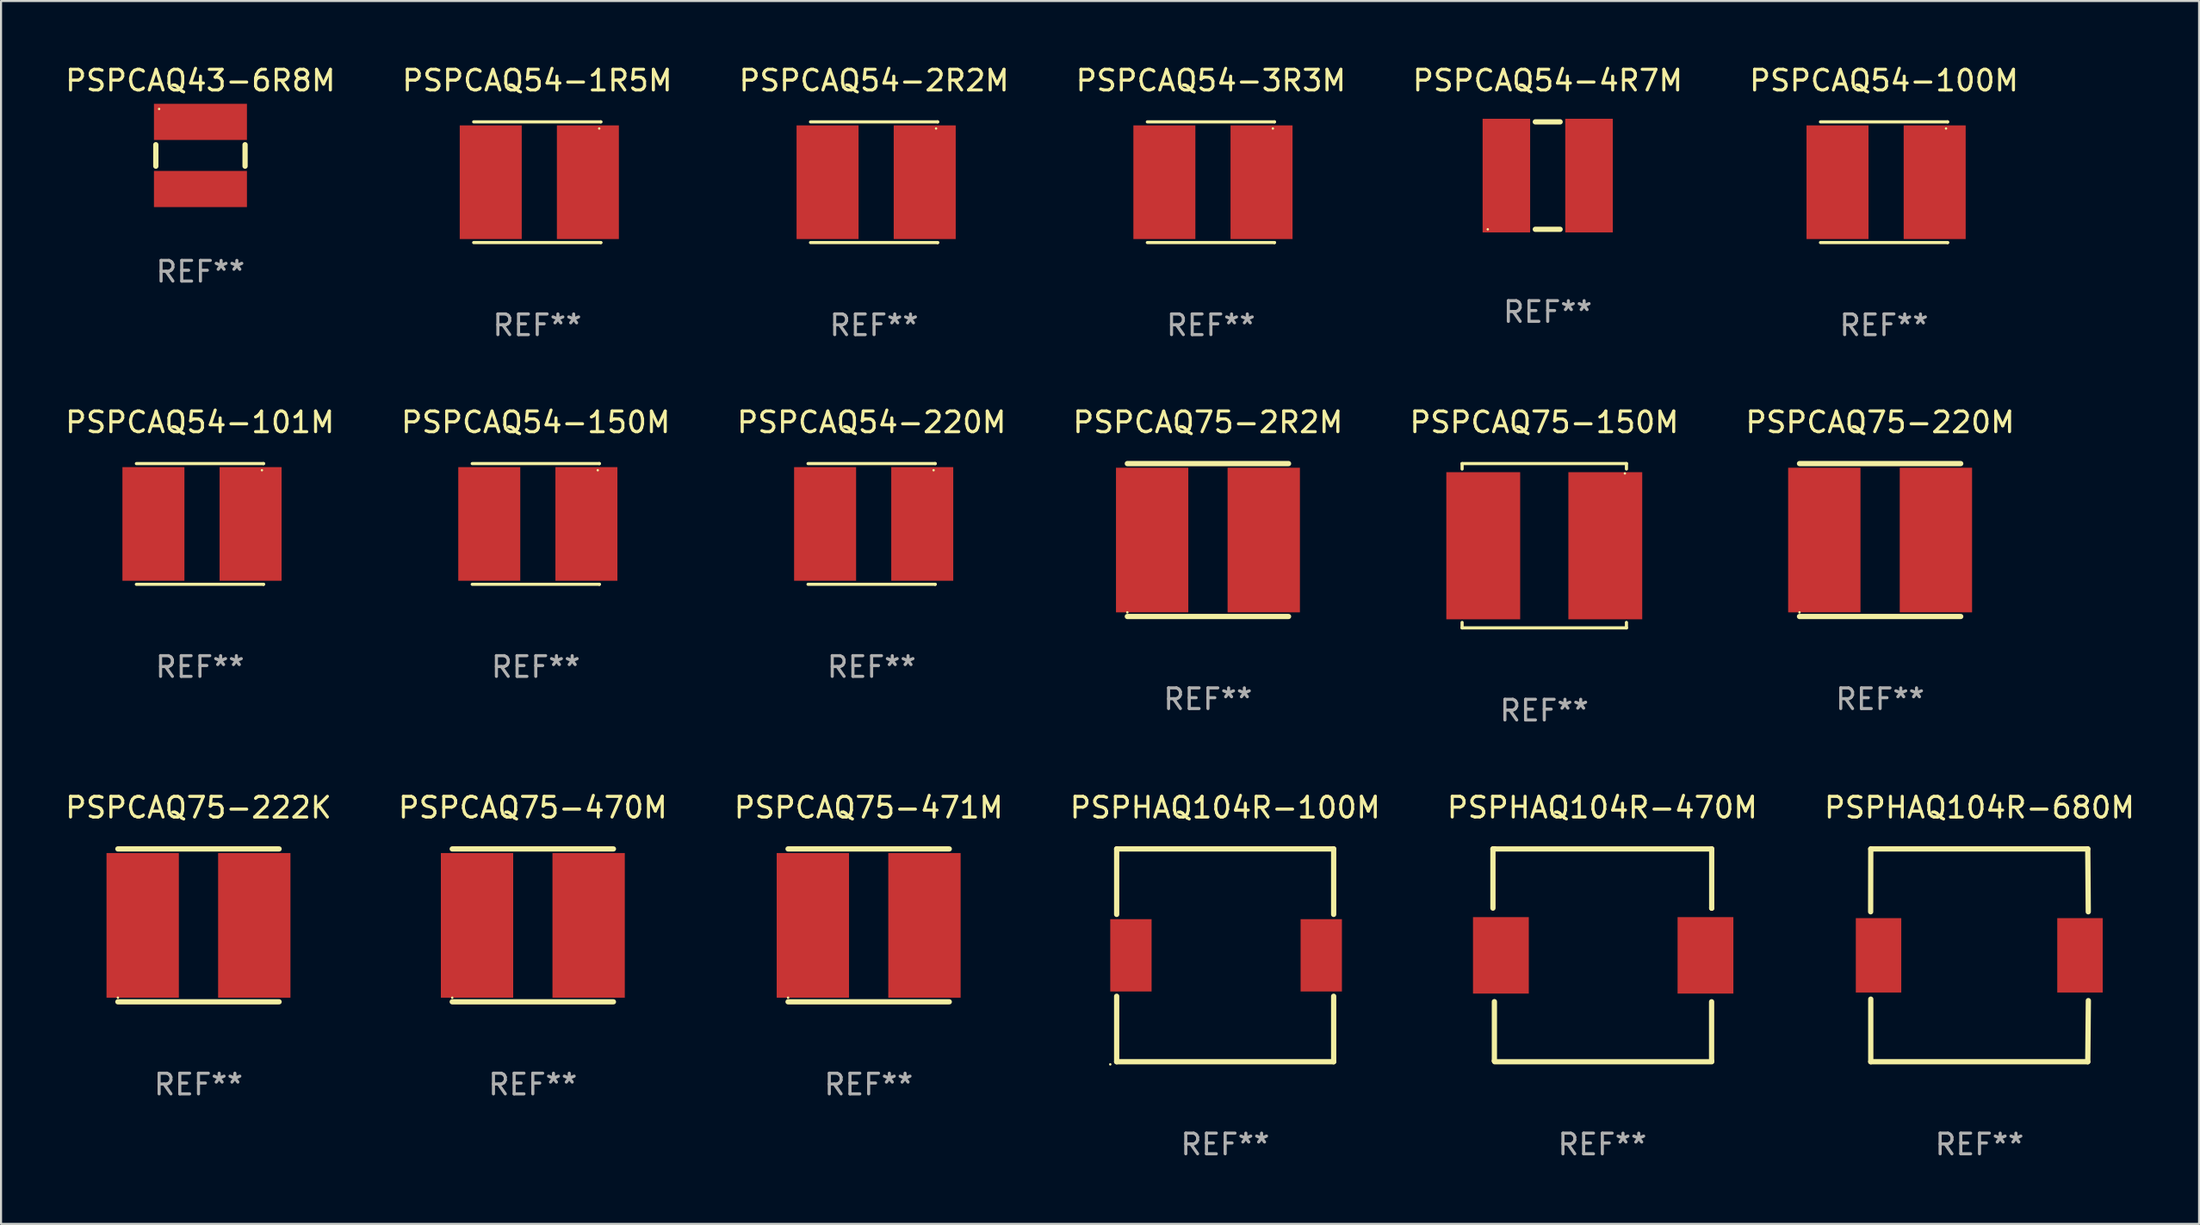
<source format=kicad_pcb>
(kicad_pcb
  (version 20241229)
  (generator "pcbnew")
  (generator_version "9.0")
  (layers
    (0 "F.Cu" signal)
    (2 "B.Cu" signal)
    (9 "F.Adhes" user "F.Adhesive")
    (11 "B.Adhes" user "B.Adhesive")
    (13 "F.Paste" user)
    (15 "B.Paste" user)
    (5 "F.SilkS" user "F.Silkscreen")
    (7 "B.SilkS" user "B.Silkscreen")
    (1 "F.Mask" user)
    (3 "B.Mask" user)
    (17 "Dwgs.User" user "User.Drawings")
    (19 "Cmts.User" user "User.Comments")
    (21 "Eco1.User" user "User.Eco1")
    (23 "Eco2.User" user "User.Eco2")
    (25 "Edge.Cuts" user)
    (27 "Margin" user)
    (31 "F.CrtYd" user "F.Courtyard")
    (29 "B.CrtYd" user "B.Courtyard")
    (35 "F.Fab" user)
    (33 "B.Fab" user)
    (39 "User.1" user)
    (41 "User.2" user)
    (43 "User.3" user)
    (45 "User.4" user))
  (footprint "PSPCAQ54-100M"
    (layer "F.Cu")
    (at 88.113 5.769)
    (property "Reference" "PSPCAQ54-100M" (at 0 -4.921 0) (layer "F.SilkS") (effects (font (size 1 1) (thickness 0.15))))
    (attr through_hole)
    (fp_line (start -3.076 2.921) (end 3.076 2.921) (stroke (width 0.152) (type solid)) (layer "F.SilkS"))
    (fp_line (start -3.076 -2.921) (end 3.076 -2.921) (stroke (width 0.152) (type solid)) (layer "F.SilkS"))
    (fp_line (start 3.076 2.921) (end 3.076 2.921) (stroke (width 0.152) (type solid)) (layer "F.SilkS"))
    (fp_line (start 3.076 -2.921) (end 3.076 -2.921) (stroke (width 0.152) (type solid)) (layer "F.SilkS"))
    (fp_circle (center 2.999 -2.6) (end 3.029 -2.6) (stroke (width 0.06) (type solid)) (fill no) (layer "F.SilkS"))
    (fp_text user "REF**" (at 0 6.921 0) (layer "F.Fab") (effects (font (size 1 1) (thickness 0.15))))
    (pad "1" smd rect (at 2.45 -0.000013) (size 3 5.5) (layers "F.Cu" "F.Mask" "F.Paste"))
    (pad "2" smd rect (at -2.251 -0.000013) (size 3 5.5) (layers "F.Cu" "F.Mask" "F.Paste")))
  (footprint "PSPCAQ54-101M"
    (layer "F.Cu")
    (at 6.625 22.308)
    (property "Reference" "PSPCAQ54-101M" (at 0 -4.921 0) (layer "F.SilkS") (effects (font (size 1 1) (thickness 0.15))))
    (attr through_hole)
    (fp_line (start -3.076 2.921) (end 3.076 2.921) (stroke (width 0.152) (type solid)) (layer "F.SilkS"))
    (fp_line (start -3.076 -2.921) (end 3.076 -2.921) (stroke (width 0.152) (type solid)) (layer "F.SilkS"))
    (fp_line (start 3.076 2.921) (end 3.076 2.921) (stroke (width 0.152) (type solid)) (layer "F.SilkS"))
    (fp_line (start 3.076 -2.921) (end 3.076 -2.921) (stroke (width 0.152) (type solid)) (layer "F.SilkS"))
    (fp_circle (center 2.999 -2.6) (end 3.029 -2.6) (stroke (width 0.06) (type solid)) (fill no) (layer "F.SilkS"))
    (fp_text user "REF**" (at 0 6.921 0) (layer "F.Fab") (effects (font (size 1 1) (thickness 0.15))))
    (pad "1" smd rect (at 2.45 -0.000013) (size 3 5.5) (layers "F.Cu" "F.Mask" "F.Paste"))
    (pad "2" smd rect (at -2.251 -0.000013) (size 3 5.5) (layers "F.Cu" "F.Mask" "F.Paste")))
  (footprint "PSPCAQ75-470M"
    (layer "F.Cu")
    (at 22.732 41.736)
    (property "Reference" "PSPCAQ75-470M" (at 0 -5.7 0) (layer "F.SilkS") (effects (font (size 1 1) (thickness 0.15))))
    (attr through_hole)
    (fp_line (start -3.9 -3.7) (end 3.9 -3.7) (stroke (width 0.254) (type solid)) (layer "F.SilkS"))
    (fp_line (start -3.9 3.7) (end 3.9 3.7) (stroke (width 0.254) (type solid)) (layer "F.SilkS"))
    (fp_circle (center -3.9 3.5) (end -3.87 3.5) (stroke (width 0.06) (type solid)) (fill no) (layer "F.SilkS"))
    (fp_text user "REF**" (at 0 7.7 0) (layer "F.Fab") (effects (font (size 1 1) (thickness 0.15))))
    (pad "1" smd rect (at -2.7 0) (size 3.5 7) (layers "F.Cu" "F.Mask" "F.Paste"))
    (pad "2" smd rect (at 2.7 0) (size 3.5 7) (layers "F.Cu" "F.Mask" "F.Paste")))
  (footprint "PSPCAQ54-150M"
    (layer "F.Cu")
    (at 22.875 22.308)
    (property "Reference" "PSPCAQ54-150M" (at 0 -4.921 0) (layer "F.SilkS") (effects (font (size 1 1) (thickness 0.15))))
    (attr through_hole)
    (fp_line (start -3.076 2.921) (end 3.076 2.921) (stroke (width 0.152) (type solid)) (layer "F.SilkS"))
    (fp_line (start -3.076 -2.921) (end 3.076 -2.921) (stroke (width 0.152) (type solid)) (layer "F.SilkS"))
    (fp_line (start 3.076 2.921) (end 3.076 2.921) (stroke (width 0.152) (type solid)) (layer "F.SilkS"))
    (fp_line (start 3.076 -2.921) (end 3.076 -2.921) (stroke (width 0.152) (type solid)) (layer "F.SilkS"))
    (fp_circle (center 2.999 -2.6) (end 3.029 -2.6) (stroke (width 0.06) (type solid)) (fill no) (layer "F.SilkS"))
    (fp_text user "REF**" (at 0 6.921 0) (layer "F.Fab") (effects (font (size 1 1) (thickness 0.15))))
    (pad "1" smd rect (at 2.45 -0.000013) (size 3 5.5) (layers "F.Cu" "F.Mask" "F.Paste"))
    (pad "2" smd rect (at -2.251 -0.000013) (size 3 5.5) (layers "F.Cu" "F.Mask" "F.Paste")))
  (footprint "PSPCAQ75-222K"
    (layer "F.Cu")
    (at 6.554 41.736)
    (property "Reference" "PSPCAQ75-222K" (at 0 -5.7 0) (layer "F.SilkS") (effects (font (size 1 1) (thickness 0.15))))
    (attr through_hole)
    (fp_line (start -3.9 -3.7) (end 3.9 -3.7) (stroke (width 0.254) (type solid)) (layer "F.SilkS"))
    (fp_line (start -3.9 3.7) (end 3.9 3.7) (stroke (width 0.254) (type solid)) (layer "F.SilkS"))
    (fp_circle (center -3.9 3.5) (end -3.87 3.5) (stroke (width 0.06) (type solid)) (fill no) (layer "F.SilkS"))
    (fp_text user "REF**" (at 0 7.7 0) (layer "F.Fab") (effects (font (size 1 1) (thickness 0.15))))
    (pad "1" smd rect (at -2.7 0) (size 3.5 7) (layers "F.Cu" "F.Mask" "F.Paste"))
    (pad "2" smd rect (at 2.7 0) (size 3.5 7) (layers "F.Cu" "F.Mask" "F.Paste")))
  (footprint "PSPCAQ75-150M"
    (layer "F.Cu")
    (at 71.673 23.363)
    (property "Reference" "PSPCAQ75-150M" (at 0 -5.976 0) (layer "F.SilkS") (effects (font (size 1 1) (thickness 0.15))))
    (attr through_hole)
    (fp_line (start -3.976 -3.976) (end 3.976 -3.976) (stroke (width 0.152) (type solid)) (layer "F.SilkS"))
    (fp_line (start -3.976 -3.712) (end -3.976 -3.976) (stroke (width 0.152) (type solid)) (layer "F.SilkS"))
    (fp_line (start -3.976 3.712) (end -3.976 3.976) (stroke (width 0.152) (type solid)) (layer "F.SilkS"))
    (fp_line (start -3.976 3.976) (end 3.976 3.976) (stroke (width 0.152) (type solid)) (layer "F.SilkS"))
    (fp_line (start 3.976 -3.976) (end 3.976 -3.712) (stroke (width 0.152) (type solid)) (layer "F.SilkS"))
    (fp_line (start 3.976 3.976) (end 3.976 3.712) (stroke (width 0.152) (type solid)) (layer "F.SilkS"))
    (fp_circle (center 3.9 -3.5) (end 3.93 -3.5) (stroke (width 0.06) (type solid)) (fill no) (layer "F.SilkS"))
    (fp_text user "REF**" (at 0 7.976 0) (layer "F.Fab") (effects (font (size 1 1) (thickness 0.15))))
    (pad "1" smd rect (at 2.953 0) (size 3.574 7.12) (layers "F.Cu" "F.Mask" "F.Paste"))
    (pad "2" smd rect (at -2.953 0) (size 3.574 7.12) (layers "F.Cu" "F.Mask" "F.Paste")))
  (footprint "PSPCAQ54-1R5M"
    (layer "F.Cu")
    (at 22.946 5.769)
    (property "Reference" "PSPCAQ54-1R5M" (at 0 -4.921 0) (layer "F.SilkS") (effects (font (size 1 1) (thickness 0.15))))
    (attr through_hole)
    (fp_line (start -3.076 2.921) (end 3.076 2.921) (stroke (width 0.152) (type solid)) (layer "F.SilkS"))
    (fp_line (start -3.076 -2.921) (end 3.076 -2.921) (stroke (width 0.152) (type solid)) (layer "F.SilkS"))
    (fp_line (start 3.076 2.921) (end 3.076 2.921) (stroke (width 0.152) (type solid)) (layer "F.SilkS"))
    (fp_line (start 3.076 -2.921) (end 3.076 -2.921) (stroke (width 0.152) (type solid)) (layer "F.SilkS"))
    (fp_circle (center 2.999 -2.6) (end 3.029 -2.6) (stroke (width 0.06) (type solid)) (fill no) (layer "F.SilkS"))
    (fp_text user "REF**" (at 0 6.921 0) (layer "F.Fab") (effects (font (size 1 1) (thickness 0.15))))
    (pad "1" smd rect (at 2.45 -0.000013) (size 3 5.5) (layers "F.Cu" "F.Mask" "F.Paste"))
    (pad "2" smd rect (at -2.251 -0.000013) (size 3 5.5) (layers "F.Cu" "F.Mask" "F.Paste")))
  (footprint "PSPCAQ54-2R2M"
    (layer "F.Cu")
    (at 39.244 5.769)
    (property "Reference" "PSPCAQ54-2R2M" (at 0 -4.921 0) (layer "F.SilkS") (effects (font (size 1 1) (thickness 0.15))))
    (attr through_hole)
    (fp_line (start -3.076 2.921) (end 3.076 2.921) (stroke (width 0.152) (type solid)) (layer "F.SilkS"))
    (fp_line (start -3.076 -2.921) (end 3.076 -2.921) (stroke (width 0.152) (type solid)) (layer "F.SilkS"))
    (fp_line (start 3.076 2.921) (end 3.076 2.921) (stroke (width 0.152) (type solid)) (layer "F.SilkS"))
    (fp_line (start 3.076 -2.921) (end 3.076 -2.921) (stroke (width 0.152) (type solid)) (layer "F.SilkS"))
    (fp_circle (center 2.999 -2.6) (end 3.029 -2.6) (stroke (width 0.06) (type solid)) (fill no) (layer "F.SilkS"))
    (fp_text user "REF**" (at 0 6.921 0) (layer "F.Fab") (effects (font (size 1 1) (thickness 0.15))))
    (pad "1" smd rect (at 2.45 -0.000013) (size 3 5.5) (layers "F.Cu" "F.Mask" "F.Paste"))
    (pad "2" smd rect (at -2.251 -0.000013) (size 3 5.5) (layers "F.Cu" "F.Mask" "F.Paste")))
  (footprint "PSPCAQ54-4R7M"
    (layer "F.Cu")
    (at 71.839 5.448)
    (property "Reference" "PSPCAQ54-4R7M" (at 0 -4.6 0) (layer "F.SilkS") (effects (font (size 1 1) (thickness 0.15))))
    (attr through_hole)
    (fp_line (start -0.6 -2.6) (end 0.6 -2.6) (stroke (width 0.254) (type solid)) (layer "F.SilkS"))
    (fp_line (start -0.6 2.6) (end 0.6 2.6) (stroke (width 0.254) (type solid)) (layer "F.SilkS"))
    (fp_circle (center -2.9 2.6) (end -2.87 2.6) (stroke (width 0.06) (type solid)) (fill no) (layer "F.SilkS"))
    (fp_text user "REF**" (at 0 6.6 0) (layer "F.Fab") (effects (font (size 1 1) (thickness 0.15))))
    (pad "1" smd rect (at -2 0 90) (size 5.5 2.3) (layers "F.Cu" "F.Mask" "F.Paste"))
    (pad "2" smd rect (at 2 0 90) (size 5.5 2.3) (layers "F.Cu" "F.Mask" "F.Paste")))
  (footprint "PSPCAQ54-220M"
    (layer "F.Cu")
    (at 39.125 22.308)
    (property "Reference" "PSPCAQ54-220M" (at 0 -4.921 0) (layer "F.SilkS") (effects (font (size 1 1) (thickness 0.15))))
    (attr through_hole)
    (fp_line (start -3.076 2.921) (end 3.076 2.921) (stroke (width 0.152) (type solid)) (layer "F.SilkS"))
    (fp_line (start -3.076 -2.921) (end 3.076 -2.921) (stroke (width 0.152) (type solid)) (layer "F.SilkS"))
    (fp_line (start 3.076 2.921) (end 3.076 2.921) (stroke (width 0.152) (type solid)) (layer "F.SilkS"))
    (fp_line (start 3.076 -2.921) (end 3.076 -2.921) (stroke (width 0.152) (type solid)) (layer "F.SilkS"))
    (fp_circle (center 2.999 -2.6) (end 3.029 -2.6) (stroke (width 0.06) (type solid)) (fill no) (layer "F.SilkS"))
    (fp_text user "REF**" (at 0 6.921 0) (layer "F.Fab") (effects (font (size 1 1) (thickness 0.15))))
    (pad "1" smd rect (at 2.45 -0.000013) (size 3 5.5) (layers "F.Cu" "F.Mask" "F.Paste"))
    (pad "2" smd rect (at -2.251 -0.000013) (size 3 5.5) (layers "F.Cu" "F.Mask" "F.Paste")))
  (footprint "PSPHAQ104R-470M"
    (layer "F.Cu")
    (at 74.482 43.186)
    (property "Reference" "PSPHAQ104R-470M" (at 0 -7.151 0) (layer "F.SilkS") (effects (font (size 1 1) (thickness 0.15))))
    (attr through_hole)
    (fp_line (start -5.293 -5.149) (end -5.293 -2.285) (stroke (width 0.254) (type solid)) (layer "F.SilkS"))
    (fp_line (start -5.223 2.242) (end -5.223 5.108) (stroke (width 0.254) (type solid)) (layer "F.SilkS"))
    (fp_line (start -5.223 5.108) (end -5.222 5.112) (stroke (width 0.254) (type solid)) (layer "F.SilkS"))
    (fp_line (start -5.208 -5.149) (end -5.293 -5.149) (stroke (width 0.254) (type solid)) (layer "F.SilkS"))
    (fp_line (start -5.208 -5.149) (end 5.291 -5.149) (stroke (width 0.254) (type solid)) (layer "F.SilkS"))
    (fp_line (start -5.208 5.151) (end 5.291 5.151) (stroke (width 0.254) (type solid)) (layer "F.SilkS"))
    (fp_line (start 5.287 2.248) (end 5.287 5.114) (stroke (width 0.254) (type solid)) (layer "F.SilkS"))
    (fp_line (start 5.287 5.114) (end 5.287 5.118) (stroke (width 0.254) (type solid)) (layer "F.SilkS"))
    (fp_line (start 5.292 -5.151) (end 5.292 -2.285) (stroke (width 0.254) (type solid)) (layer "F.SilkS"))
    (fp_line (start 5.292 -2.285) (end 5.293 -2.281) (stroke (width 0.254) (type solid)) (layer "F.SilkS"))
    (fp_circle (center -5.208 5.151) (end -5.178 5.151) (stroke (width 0.06) (type solid)) (fill no) (layer "F.SilkS"))
    (fp_text user "REF**" (at 0 9.151 0) (layer "F.Fab") (effects (font (size 1 1) (thickness 0.15))))
    (pad "1" smd rect (at -4.908 0.001) (size 2.7 3.7) (layers "F.Cu" "F.Mask" "F.Paste"))
    (pad "2" smd rect (at 4.991 0.001) (size 2.7 3.7) (layers "F.Cu" "F.Mask" "F.Paste")))
  (footprint "PSPHAQ104R-100M"
    (layer "F.Cu")
    (at 56.232 43.186)
    (property "Reference" "PSPHAQ104R-100M" (at 0 -7.15 0) (layer "F.SilkS") (effects (font (size 1 1) (thickness 0.15))))
    (attr through_hole)
    (fp_line (start -5.25 -5.15) (end -5.25 -1.981) (stroke (width 0.254) (type solid)) (layer "F.SilkS"))
    (fp_line (start -5.25 -5.15) (end 5.25 -5.15) (stroke (width 0.254) (type solid)) (layer "F.SilkS"))
    (fp_line (start -5.25 1.981) (end -5.25 5.15) (stroke (width 0.254) (type solid)) (layer "F.SilkS"))
    (fp_line (start 5.25 -5.15) (end 5.25 -1.981) (stroke (width 0.254) (type solid)) (layer "F.SilkS"))
    (fp_line (start 5.25 1.981) (end 5.25 5.15) (stroke (width 0.254) (type solid)) (layer "F.SilkS"))
    (fp_line (start 5.25 5.15) (end -5.25 5.15) (stroke (width 0.254) (type solid)) (layer "F.SilkS"))
    (fp_circle (center -5.56 5.277) (end -5.53 5.277) (stroke (width 0.06) (type solid)) (fill no) (layer "F.SilkS"))
    (fp_text user "REF**" (at 0 9.15 0) (layer "F.Fab") (effects (font (size 1 1) (thickness 0.15))))
    (pad "1" smd rect (at -4.56 0) (size 2 3.5) (layers "F.Cu" "F.Mask" "F.Paste"))
    (pad "2" smd rect (at 4.65 0) (size 2 3.5) (layers "F.Cu" "F.Mask" "F.Paste")))
  (footprint "PSPCAQ75-471M"
    (layer "F.Cu")
    (at 38.982 41.736)
    (property "Reference" "PSPCAQ75-471M" (at 0 -5.7 0) (layer "F.SilkS") (effects (font (size 1 1) (thickness 0.15))))
    (attr through_hole)
    (fp_line (start -3.9 -3.7) (end 3.9 -3.7) (stroke (width 0.254) (type solid)) (layer "F.SilkS"))
    (fp_line (start -3.9 3.7) (end 3.9 3.7) (stroke (width 0.254) (type solid)) (layer "F.SilkS"))
    (fp_circle (center -3.9 3.5) (end -3.87 3.5) (stroke (width 0.06) (type solid)) (fill no) (layer "F.SilkS"))
    (fp_text user "REF**" (at 0 7.7 0) (layer "F.Fab") (effects (font (size 1 1) (thickness 0.15))))
    (pad "1" smd rect (at -2.7 0) (size 3.5 7) (layers "F.Cu" "F.Mask" "F.Paste"))
    (pad "2" smd rect (at 2.7 0) (size 3.5 7) (layers "F.Cu" "F.Mask" "F.Paste")))
  (footprint "PSPCAQ75-2R2M"
    (layer "F.Cu")
    (at 55.399 23.087)
    (property "Reference" "PSPCAQ75-2R2M" (at 0 -5.7 0) (layer "F.SilkS") (effects (font (size 1 1) (thickness 0.15))))
    (attr through_hole)
    (fp_line (start -3.9 -3.7) (end 3.9 -3.7) (stroke (width 0.254) (type solid)) (layer "F.SilkS"))
    (fp_line (start -3.9 3.7) (end 3.9 3.7) (stroke (width 0.254) (type solid)) (layer "F.SilkS"))
    (fp_circle (center -3.9 3.5) (end -3.87 3.5) (stroke (width 0.06) (type solid)) (fill no) (layer "F.SilkS"))
    (fp_text user "REF**" (at 0 7.7 0) (layer "F.Fab") (effects (font (size 1 1) (thickness 0.15))))
    (pad "1" smd rect (at -2.7 0) (size 3.5 7) (layers "F.Cu" "F.Mask" "F.Paste"))
    (pad "2" smd rect (at 2.7 0) (size 3.5 7) (layers "F.Cu" "F.Mask" "F.Paste")))
  (footprint "PSPCAQ75-220M"
    (layer "F.Cu")
    (at 87.923 23.087)
    (property "Reference" "PSPCAQ75-220M" (at 0 -5.7 0) (layer "F.SilkS") (effects (font (size 1 1) (thickness 0.15))))
    (attr through_hole)
    (fp_line (start -3.9 -3.7) (end 3.9 -3.7) (stroke (width 0.254) (type solid)) (layer "F.SilkS"))
    (fp_line (start -3.9 3.7) (end 3.9 3.7) (stroke (width 0.254) (type solid)) (layer "F.SilkS"))
    (fp_circle (center -3.9 3.5) (end -3.87 3.5) (stroke (width 0.06) (type solid)) (fill no) (layer "F.SilkS"))
    (fp_text user "REF**" (at 0 7.7 0) (layer "F.Fab") (effects (font (size 1 1) (thickness 0.15))))
    (pad "1" smd rect (at -2.7 0) (size 3.5 7) (layers "F.Cu" "F.Mask" "F.Paste"))
    (pad "2" smd rect (at 2.7 0) (size 3.5 7) (layers "F.Cu" "F.Mask" "F.Paste")))
  (footprint "PSPCAQ43-6R8M"
    (layer "F.Cu")
    (at 6.649 4.473)
    (property "Reference" "PSPCAQ43-6R8M" (at 0 -3.625 0) (layer "F.SilkS") (effects (font (size 1 1) (thickness 0.15))))
    (attr through_hole)
    (fp_line (start -2.159 -0.519) (end -2.159 0.519) (stroke (width 0.254) (type solid)) (layer "F.SilkS"))
    (fp_line (start 2.159 0.519) (end 2.159 -0.519) (stroke (width 0.254) (type solid)) (layer "F.SilkS"))
    (fp_circle (center -2 -2.25) (end -1.97 -2.25) (stroke (width 0.06) (type solid)) (fill no) (layer "F.SilkS"))
    (fp_text user "REF**" (at 0 5.625 0) (layer "F.Fab") (effects (font (size 1 1) (thickness 0.15))))
    (pad "1" smd rect (at 0 -1.625 90) (size 1.75 4.5) (layers "F.Cu" "F.Mask" "F.Paste"))
    (pad "2" smd rect (at 0 1.625 90) (size 1.75 4.5) (layers "F.Cu" "F.Mask" "F.Paste")))
  (footprint "PSPHAQ104R-680M"
    (layer "F.Cu")
    (at 92.732 43.186)
    (property "Reference" "PSPHAQ104R-680M" (at 0 -7.15 0) (layer "F.SilkS") (effects (font (size 1 1) (thickness 0.15))))
    (attr through_hole)
    (fp_line (start -5.267 -2.108) (end -5.261 -5.15) (stroke (width 0.254) (type solid)) (layer "F.SilkS"))
    (fp_line (start -5.261 -5.15) (end 5.239 -5.15) (stroke (width 0.254) (type solid)) (layer "F.SilkS"))
    (fp_line (start -5.261 5.15) (end -5.261 2.12) (stroke (width 0.254) (type solid)) (layer "F.SilkS"))
    (fp_line (start 5.239 -5.15) (end 5.263 -2.108) (stroke (width 0.254) (type solid)) (layer "F.SilkS"))
    (fp_line (start 5.239 5.15) (end -5.261 5.15) (stroke (width 0.254) (type solid)) (layer "F.SilkS"))
    (fp_line (start 5.267 2.192) (end 5.239 5.15) (stroke (width 0.254) (type solid)) (layer "F.SilkS"))
    (fp_circle (center -5.261 5.15) (end -5.231 5.15) (stroke (width 0.06) (type solid)) (fill no) (layer "F.SilkS"))
    (fp_text user "REF**" (at 0 9.15 0) (layer "F.Fab") (effects (font (size 1 1) (thickness 0.15))))
    (pad "1" smd rect (at -4.885 0) (size 2.2 3.6) (layers "F.Cu" "F.Mask" "F.Paste"))
    (pad "2" smd rect (at 4.863 0) (size 2.2 3.6) (layers "F.Cu" "F.Mask" "F.Paste")))
  (footprint "PSPCAQ54-3R3M"
    (layer "F.Cu")
    (at 55.542 5.769)
    (property "Reference" "PSPCAQ54-3R3M" (at 0 -4.921 0) (layer "F.SilkS") (effects (font (size 1 1) (thickness 0.15))))
    (attr through_hole)
    (fp_line (start -3.076 2.921) (end 3.076 2.921) (stroke (width 0.152) (type solid)) (layer "F.SilkS"))
    (fp_line (start -3.076 -2.921) (end 3.076 -2.921) (stroke (width 0.152) (type solid)) (layer "F.SilkS"))
    (fp_line (start 3.076 2.921) (end 3.076 2.921) (stroke (width 0.152) (type solid)) (layer "F.SilkS"))
    (fp_line (start 3.076 -2.921) (end 3.076 -2.921) (stroke (width 0.152) (type solid)) (layer "F.SilkS"))
    (fp_circle (center 2.999 -2.6) (end 3.029 -2.6) (stroke (width 0.06) (type solid)) (fill no) (layer "F.SilkS"))
    (fp_text user "REF**" (at 0 6.921 0) (layer "F.Fab") (effects (font (size 1 1) (thickness 0.15))))
    (pad "1" smd rect (at 2.45 -0.000013) (size 3 5.5) (layers "F.Cu" "F.Mask" "F.Paste"))
    (pad "2" smd rect (at -2.251 -0.000013) (size 3 5.5) (layers "F.Cu" "F.Mask" "F.Paste")))
  (gr_rect
    (start -3 -3)
    (end 103.357 56.185)
    (stroke (width 0.1) (type default))
    (fill no)
    (layer "Edge.Cuts")))
</source>
